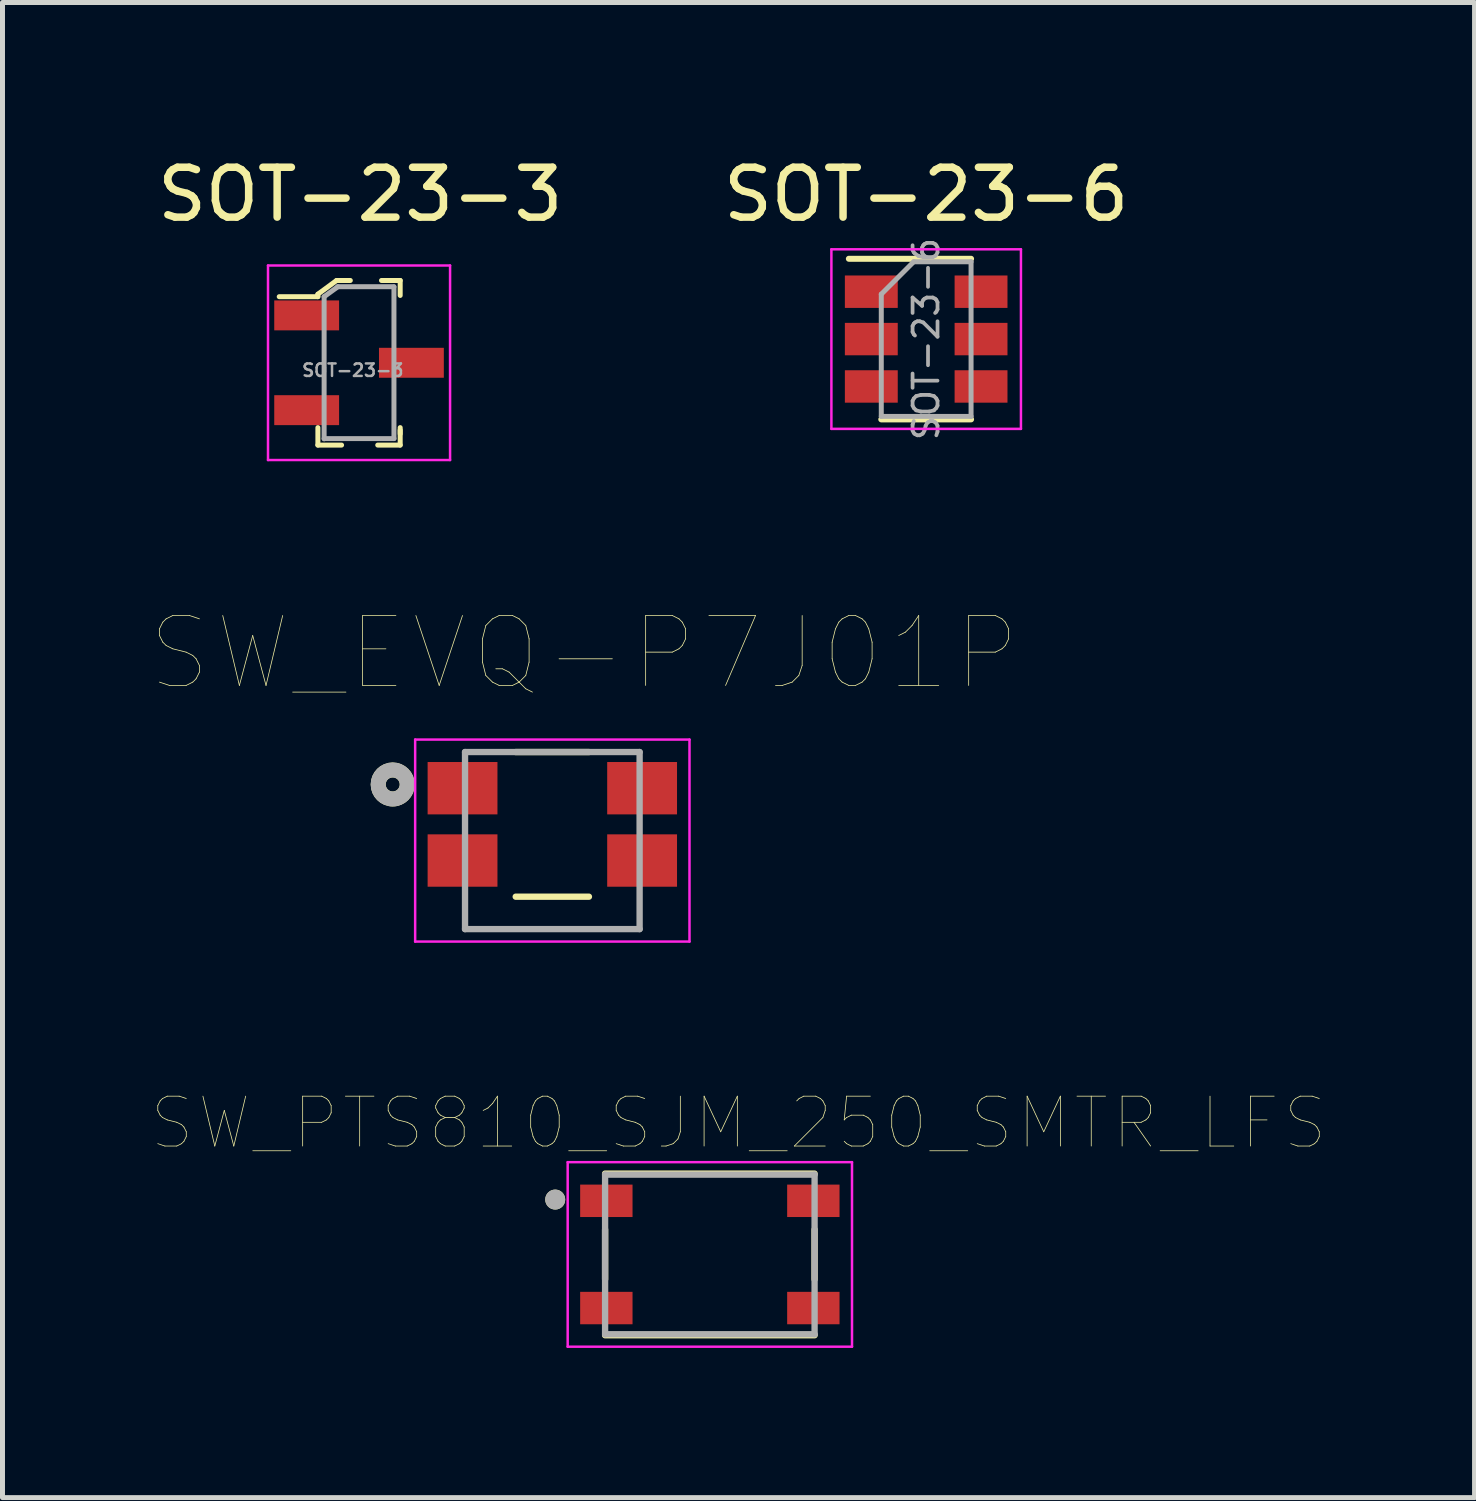
<source format=kicad_pcb>
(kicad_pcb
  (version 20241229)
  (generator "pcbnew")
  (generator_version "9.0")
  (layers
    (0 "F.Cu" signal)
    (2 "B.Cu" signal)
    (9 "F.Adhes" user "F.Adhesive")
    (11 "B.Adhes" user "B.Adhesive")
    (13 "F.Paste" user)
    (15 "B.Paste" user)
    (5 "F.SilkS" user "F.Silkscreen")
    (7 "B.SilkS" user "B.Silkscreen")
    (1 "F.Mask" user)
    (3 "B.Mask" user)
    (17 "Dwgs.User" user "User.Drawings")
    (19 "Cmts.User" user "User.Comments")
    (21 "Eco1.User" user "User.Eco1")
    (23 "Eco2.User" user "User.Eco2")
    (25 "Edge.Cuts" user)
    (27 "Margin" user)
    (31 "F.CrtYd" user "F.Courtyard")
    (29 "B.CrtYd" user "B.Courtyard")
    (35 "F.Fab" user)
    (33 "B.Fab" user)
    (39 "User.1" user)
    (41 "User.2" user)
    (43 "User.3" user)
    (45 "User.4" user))
  (footprint "SOT-23-3"
    (placed yes)
    (layer "F.Cu")
    (at 4.148 4.223)
    (property "Reference" "SOT-23-3" (at 0.025 -3.375 0) (layer "F.SilkS") (effects (font (size 1 1) (thickness 0.15))))
    (attr smd)
    (fp_line (start -0.825 -1.375) (end -0.825 -1.325) (stroke (width 0.1) (type solid)) (layer "F.SilkS"))
    (fp_line (start -0.825 -1.325) (end -1.6 -1.325) (stroke (width 0.1) (type solid)) (layer "F.SilkS"))
    (fp_line (start -0.825 1.65) (end -0.825 1.3) (stroke (width 0.1) (type solid)) (layer "F.SilkS"))
    (fp_line (start -0.45 -1.65) (end -0.825 -1.375) (stroke (width 0.1) (type solid)) (layer "F.SilkS"))
    (fp_line (start -0.35 1.65) (end -0.825 1.65) (stroke (width 0.1) (type solid)) (layer "F.SilkS"))
    (fp_line (start -0.175 -1.65) (end -0.45 -1.65) (stroke (width 0.1) (type solid)) (layer "F.SilkS"))
    (fp_line (start 0.45 -1.65) (end 0.825 -1.65) (stroke (width 0.1) (type solid)) (layer "F.SilkS"))
    (fp_line (start 0.825 -1.65) (end 0.825 -1.35) (stroke (width 0.1) (type solid)) (layer "F.SilkS"))
    (fp_line (start 0.825 1.35) (end 0.825 1.65) (stroke (width 0.1) (type solid)) (layer "F.SilkS"))
    (fp_line (start 0.825 1.425) (end 0.825 1.3) (stroke (width 0.1) (type solid)) (layer "F.SilkS"))
    (fp_line (start 0.825 1.65) (end 0.375 1.65) (stroke (width 0.1) (type solid)) (layer "F.SilkS"))
    (fp_line (start -1.825 -1.95) (end -1.825 1.95) (stroke (width 0.05) (type solid)) (layer "F.CrtYd"))
    (fp_line (start -1.825 -1.95) (end 1.825 -1.95) (stroke (width 0.05) (type solid)) (layer "F.CrtYd"))
    (fp_line (start 1.825 -1.95) (end 1.825 1.95) (stroke (width 0.05) (type solid)) (layer "F.CrtYd"))
    (fp_line (start 1.825 1.95) (end -1.825 1.95) (stroke (width 0.05) (type solid)) (layer "F.CrtYd"))
    (fp_line (start -0.7 -1.325) (end -0.7 1.525) (stroke (width 0.1) (type solid)) (layer "F.Fab"))
    (fp_line (start -0.7 1.52) (end 0.7 1.52) (stroke (width 0.1) (type solid)) (layer "F.Fab"))
    (fp_line (start -0.425 -1.525) (end -0.7 -1.325) (stroke (width 0.1) (type solid)) (layer "F.Fab"))
    (fp_line (start -0.425 -1.525) (end 0.7 -1.525) (stroke (width 0.1) (type solid)) (layer "F.Fab"))
    (fp_line (start 0.7 1.52) (end 0.7 -1.52) (stroke (width 0.1) (type solid)) (layer "F.Fab"))
    (fp_text user "${REFERENCE}" (at -0.125 0.15 0) (layer "F.Fab") (effects (font (size 0.25 0.25) (thickness 0.05))))
    (pad "1" smd rect (at -1.05 -0.95) (size 1.3 0.6) (layers "F.Cu" "F.Mask" "F.Paste"))
    (pad "2" smd rect (at -1.05 0.95) (size 1.3 0.6) (layers "F.Cu" "F.Mask" "F.Paste"))
    (pad "3" smd rect (at 1.05 0) (size 1.3 0.6) (layers "F.Cu" "F.Mask" "F.Paste")))
  (footprint "SW_EVQ-P7J01P"
    (layer "F.Cu")
    (at 8.023 13.477)
    (property "Reference" "SW_EVQ-P7J01P" (at 0.636 -3.433 0) (layer "F.SilkS") (effects (font (size 1.402 1.402) (thickness 0.015))))
    (attr through_hole)
    (fp_line (start -0.734 -1.45) (end 0.734 -1.45) (stroke (width 0.127) (type solid)) (layer "F.SilkS"))
    (fp_line (start 0.734 1.45) (end -0.734 1.45) (stroke (width 0.127) (type solid)) (layer "F.SilkS"))
    (fp_circle (center -3.2 -0.8) (end -3.059 -0.8) (stroke (width 0.3) (type solid)) (fill no) (layer "F.SilkS"))
    (fp_line (start -2.75 -1.7) (end 2.75 -1.7) (stroke (width 0.05) (type solid)) (layer "F.CrtYd"))
    (fp_line (start -2.75 2.35) (end -2.75 -1.7) (stroke (width 0.05) (type solid)) (layer "F.CrtYd"))
    (fp_line (start 2.75 -1.7) (end 2.75 2.35) (stroke (width 0.05) (type solid)) (layer "F.CrtYd"))
    (fp_line (start 2.75 2.35) (end -2.75 2.35) (stroke (width 0.05) (type solid)) (layer "F.CrtYd"))
    (fp_line (start -1.75 -1.45) (end 1.75 -1.45) (stroke (width 0.127) (type solid)) (layer "F.Fab"))
    (fp_line (start -1.75 2.1) (end -1.75 -1.45) (stroke (width 0.127) (type solid)) (layer "F.Fab"))
    (fp_line (start 1.75 -1.45) (end 1.75 2.1) (stroke (width 0.127) (type solid)) (layer "F.Fab"))
    (fp_line (start 1.75 2.1) (end -1.75 2.1) (stroke (width 0.127) (type solid)) (layer "F.Fab"))
    (fp_circle (center -3.2 -0.8) (end -3.059 -0.8) (stroke (width 0.3) (type solid)) (fill no) (layer "F.Fab"))
    (pad "1_1" smd rect (at -1.8 -0.725) (size 1.4 1.05) (layers "F.Cu" "F.Mask" "F.Paste"))
    (pad "1_2" smd rect (at -1.8 0.725) (size 1.4 1.05) (layers "F.Cu" "F.Mask" "F.Paste"))
    (pad "2_1" smd rect (at 1.8 -0.725) (size 1.4 1.05) (layers "F.Cu" "F.Mask" "F.Paste"))
    (pad "2_2" smd rect (at 1.8 0.725) (size 1.4 1.05) (layers "F.Cu" "F.Mask" "F.Paste")))
  (footprint "SOT-23-6"
    (placed yes)
    (layer "F.Cu")
    (at 15.518 3.748)
    (property "Reference" "SOT-23-6" (at 0 -2.9 0) (layer "F.SilkS") (effects (font (size 1 1) (thickness 0.15))))
    (attr smd)
    (fp_line (start -0.9 1.61) (end 0.9 1.61) (stroke (width 0.12) (type solid)) (layer "F.SilkS"))
    (fp_line (start 0.9 -1.61) (end -1.55 -1.61) (stroke (width 0.12) (type solid)) (layer "F.SilkS"))
    (fp_line (start -1.9 -1.8) (end -1.9 1.8) (stroke (width 0.05) (type solid)) (layer "F.CrtYd"))
    (fp_line (start -1.9 1.8) (end 1.9 1.8) (stroke (width 0.05) (type solid)) (layer "F.CrtYd"))
    (fp_line (start 1.9 -1.8) (end -1.9 -1.8) (stroke (width 0.05) (type solid)) (layer "F.CrtYd"))
    (fp_line (start 1.9 1.8) (end 1.9 -1.8) (stroke (width 0.05) (type solid)) (layer "F.CrtYd"))
    (fp_line (start -0.9 -0.9) (end -0.9 1.55) (stroke (width 0.1) (type solid)) (layer "F.Fab"))
    (fp_line (start -0.9 -0.9) (end -0.25 -1.55) (stroke (width 0.1) (type solid)) (layer "F.Fab"))
    (fp_line (start 0.9 -1.55) (end -0.25 -1.55) (stroke (width 0.1) (type solid)) (layer "F.Fab"))
    (fp_line (start 0.9 -1.55) (end 0.9 1.55) (stroke (width 0.1) (type solid)) (layer "F.Fab"))
    (fp_line (start 0.9 1.55) (end -0.9 1.55) (stroke (width 0.1) (type solid)) (layer "F.Fab"))
    (fp_text user "${REFERENCE}" (at 0 0 90) (layer "F.Fab") (effects (font (size 0.5 0.5) (thickness 0.075))))
    (pad "1" smd rect (at -1.1 -0.95) (size 1.06 0.65) (layers "F.Cu" "F.Mask" "F.Paste"))
    (pad "2" smd rect (at -1.1 0) (size 1.06 0.65) (layers "F.Cu" "F.Mask" "F.Paste"))
    (pad "3" smd rect (at -1.1 0.95) (size 1.06 0.65) (layers "F.Cu" "F.Mask" "F.Paste"))
    (pad "4" smd rect (at 1.1 0.95) (size 1.06 0.65) (layers "F.Cu" "F.Mask" "F.Paste"))
    (pad "5" smd rect (at 1.1 0) (size 1.06 0.65) (layers "F.Cu" "F.Mask" "F.Paste"))
    (pad "6" smd rect (at 1.1 -0.95) (size 1.06 0.65) (layers "F.Cu" "F.Mask" "F.Paste")))
  (footprint "SW_PTS810_SJM_250_SMTR_LFS"
    (layer "F.Cu")
    (at 11.181 22.099)
    (property "Reference" "SW_PTS810_SJM_250_SMTR_LFS" (at 0.575 -2.635 0) (layer "F.SilkS") (effects (font (size 1 1) (thickness 0.015))))
    (attr through_hole)
    (fp_line (start -2.1 -1.62) (end 2.1 -1.62) (stroke (width 0.127) (type solid)) (layer "F.SilkS"))
    (fp_line (start -2.1 0.5) (end -2.1 -0.5) (stroke (width 0.127) (type solid)) (layer "F.SilkS"))
    (fp_line (start 2.1 0.5) (end 2.1 -0.5) (stroke (width 0.127) (type solid)) (layer "F.SilkS"))
    (fp_line (start 2.1 1.62) (end -2.1 1.62) (stroke (width 0.127) (type solid)) (layer "F.SilkS"))
    (fp_circle (center -3.1 -1.1) (end -3 -1.1) (stroke (width 0.2) (type solid)) (fill no) (layer "F.SilkS"))
    (fp_line (start -2.85 -1.85) (end 2.85 -1.85) (stroke (width 0.05) (type solid)) (layer "F.CrtYd"))
    (fp_line (start -2.85 1.85) (end -2.85 -1.85) (stroke (width 0.05) (type solid)) (layer "F.CrtYd"))
    (fp_line (start 2.85 -1.85) (end 2.85 1.85) (stroke (width 0.05) (type solid)) (layer "F.CrtYd"))
    (fp_line (start 2.85 1.85) (end -2.85 1.85) (stroke (width 0.05) (type solid)) (layer "F.CrtYd"))
    (fp_line (start -2.1 -1.6) (end 2.1 -1.6) (stroke (width 0.127) (type solid)) (layer "F.Fab"))
    (fp_line (start -2.1 1.6) (end -2.1 -1.6) (stroke (width 0.127) (type solid)) (layer "F.Fab"))
    (fp_line (start 2.1 -1.6) (end 2.1 1.6) (stroke (width 0.127) (type solid)) (layer "F.Fab"))
    (fp_line (start 2.1 1.6) (end -2.1 1.6) (stroke (width 0.127) (type solid)) (layer "F.Fab"))
    (fp_circle (center -3.1 -1.1) (end -3 -1.1) (stroke (width 0.2) (type solid)) (fill no) (layer "F.Fab"))
    (pad "1" smd rect (at -2.075 -1.075) (size 1.05 0.65) (layers "F.Cu" "F.Mask" "F.Paste"))
    (pad "2" smd rect (at -2.075 1.075) (size 1.05 0.65) (layers "F.Cu" "F.Mask" "F.Paste"))
    (pad "3" smd rect (at 2.075 -1.075) (size 1.05 0.65) (layers "F.Cu" "F.Mask" "F.Paste"))
    (pad "4" smd rect (at 2.075 1.075) (size 1.05 0.65) (layers "F.Cu" "F.Mask" "F.Paste")))
  (gr_rect
    (start -3 -3)
    (end 26.512 26.974)
    (stroke (width 0.1) (type default))
    (fill no)
    (layer "Edge.Cuts")))
</source>
